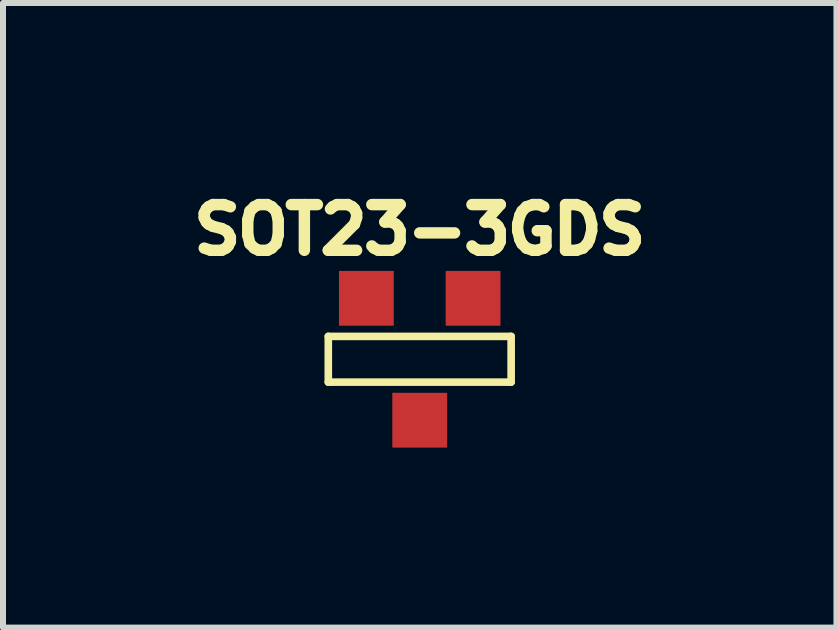
<source format=kicad_pcb>
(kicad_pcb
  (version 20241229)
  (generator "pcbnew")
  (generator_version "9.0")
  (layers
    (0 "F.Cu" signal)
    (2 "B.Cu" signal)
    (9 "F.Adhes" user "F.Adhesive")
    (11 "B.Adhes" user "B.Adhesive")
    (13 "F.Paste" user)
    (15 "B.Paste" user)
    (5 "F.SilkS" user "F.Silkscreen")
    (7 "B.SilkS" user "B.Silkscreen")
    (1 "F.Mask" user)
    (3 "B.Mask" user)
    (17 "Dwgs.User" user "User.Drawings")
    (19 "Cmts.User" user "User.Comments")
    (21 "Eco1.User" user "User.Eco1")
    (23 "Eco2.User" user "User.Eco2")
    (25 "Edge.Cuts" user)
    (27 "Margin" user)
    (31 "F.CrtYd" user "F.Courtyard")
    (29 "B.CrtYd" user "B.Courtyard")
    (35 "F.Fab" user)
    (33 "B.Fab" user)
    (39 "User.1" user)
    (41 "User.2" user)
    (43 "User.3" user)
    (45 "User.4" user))
  (footprint "SOT23-3GDS"
    (layer "F.Cu")
    (at 3.947 2.939)
    (property "Reference" "SOT23-3GDS" (at 0 -2.159 0) (layer "F.SilkS") (effects (font (size 0.762 0.762) (thickness 0.191))))
    (attr smd)
    (fp_line (start -1.524 -0.381) (end 1.524 -0.381) (stroke (width 0.127) (type solid)) (layer "F.SilkS"))
    (fp_line (start -1.524 0.381) (end -1.524 -0.381) (stroke (width 0.127) (type solid)) (layer "F.SilkS"))
    (fp_line (start 1.524 -0.381) (end 1.524 0.381) (stroke (width 0.127) (type solid)) (layer "F.SilkS"))
    (fp_line (start 1.524 0.381) (end -1.524 0.381) (stroke (width 0.127) (type solid)) (layer "F.SilkS"))
    (pad "D" smd rect (at 0 1.016) (size 0.914 0.914) (layers "F.Cu" "F.Mask" "F.Paste"))
    (pad "G" smd rect (at 0.889 -1.016) (size 0.914 0.914) (layers "F.Cu" "F.Mask" "F.Paste"))
    (pad "S" smd rect (at -0.889 -1.016) (size 0.914 0.914) (layers "F.Cu" "F.Mask" "F.Paste")))
  (gr_rect
    (start -3 -3)
    (end 10.894 7.412)
    (stroke (width 0.1) (type default))
    (fill no)
    (layer "Edge.Cuts")))
</source>
